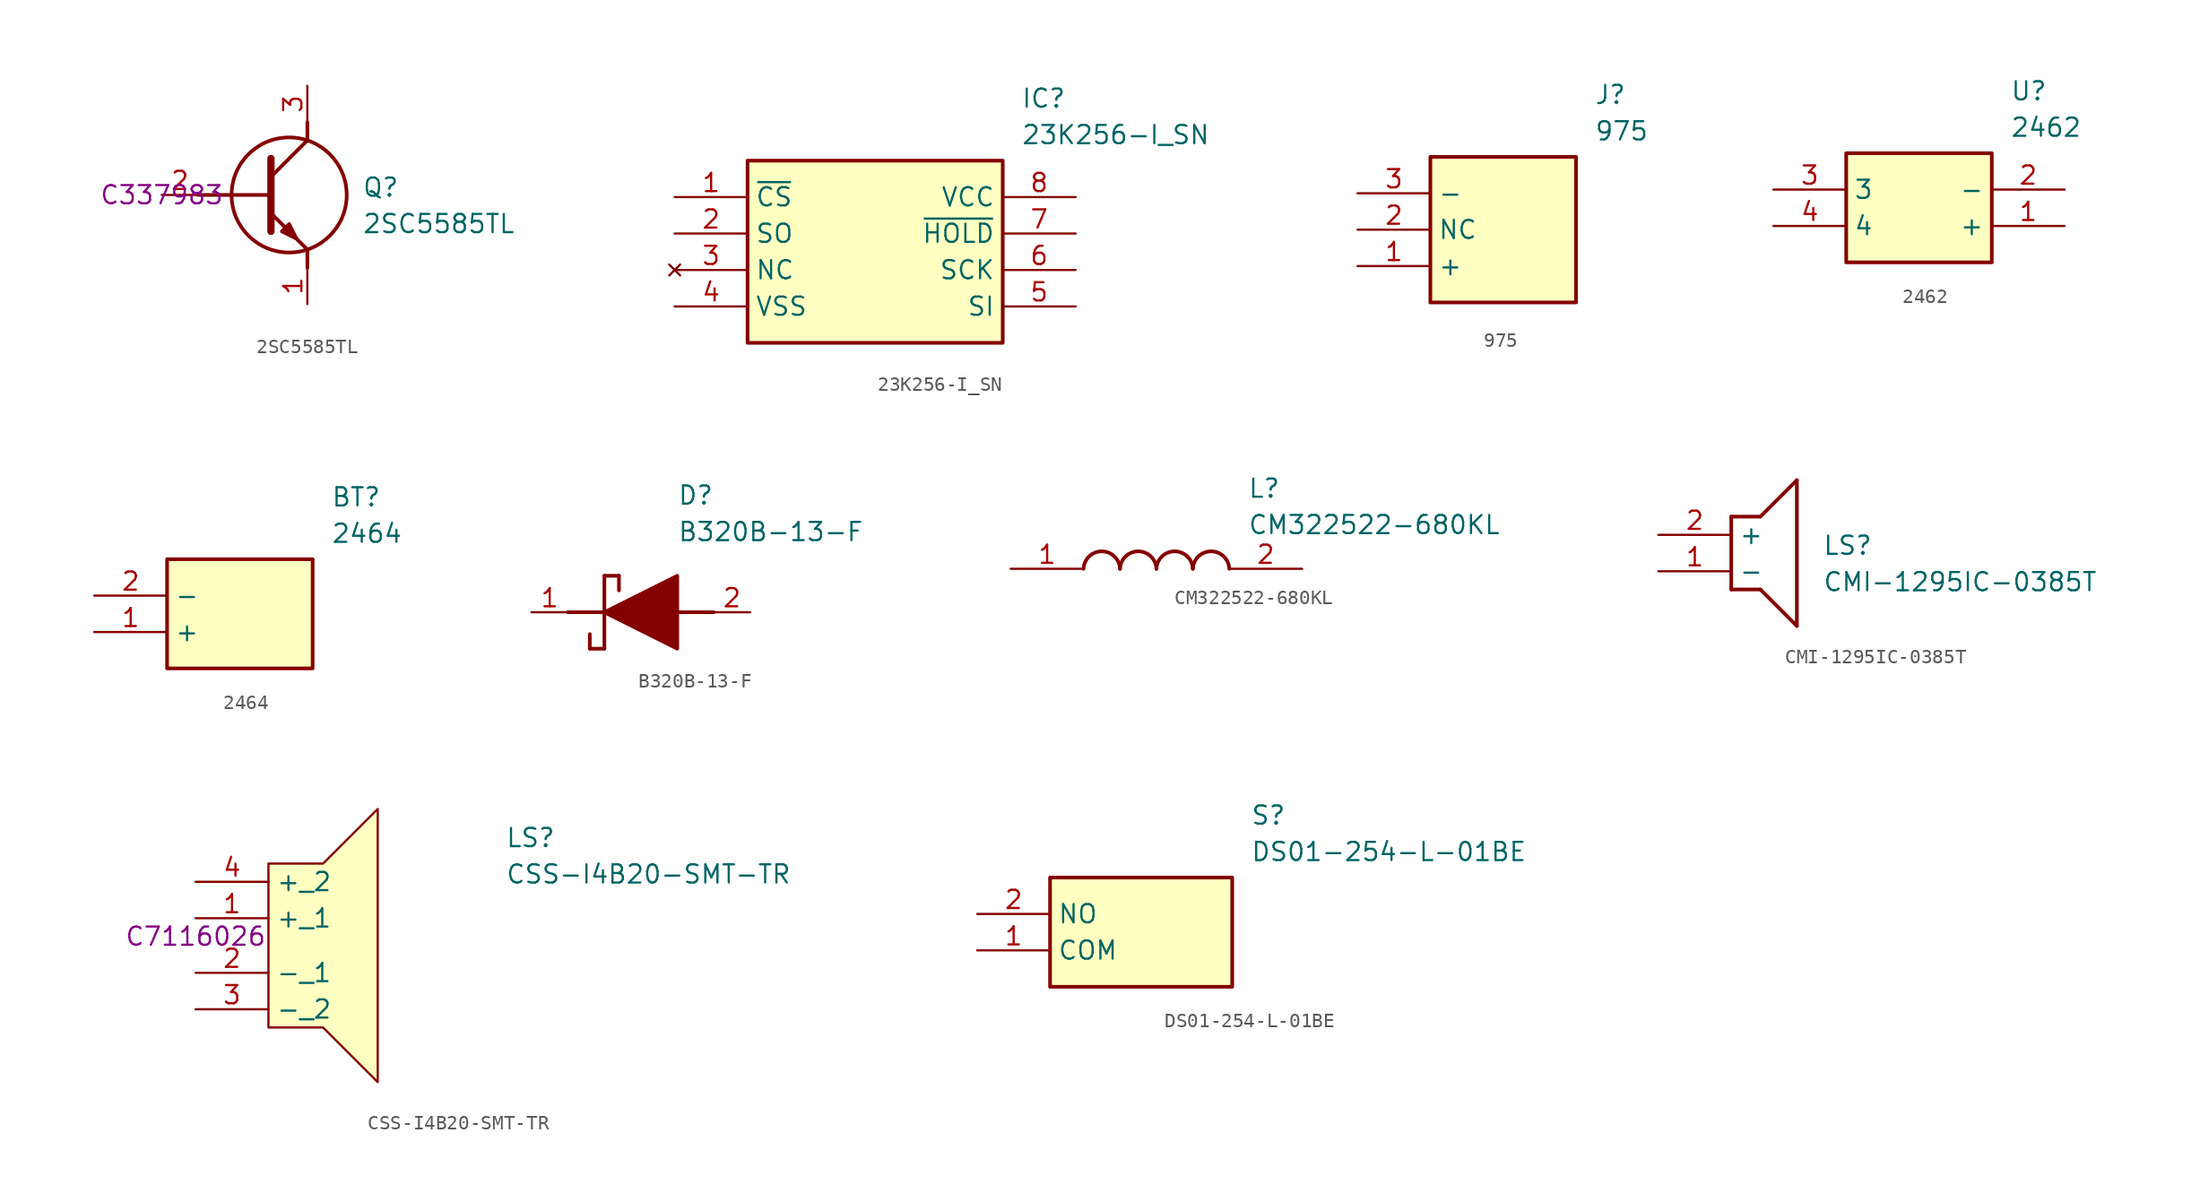
<source format=kicad_sym>
(kicad_symbol_lib
  (version 20231120)
  (generator "kicad_symbol_editor")
  (generator_version "8.0")
  (symbol "2SC5585TL"
    (pin_names hide)
    (property "Reference" "Q"
      (at 13.97 1.27 0)
      (effects (font (size 1.27 1.27)) (justify left top)))
    (property "Value" "2SC5585TL"
      (at 13.97 -1.27 0)
      (effects (font (size 1.27 1.27)) (justify left top)))
    (property "LCSC Part #" "C337983"
      (at 0 0 0)
      (effects (font (size 1.27 1.27))))
    (symbol "2SC5585TL_1_1"
      (polyline (pts (xy 2.54 0) (xy 7.62 0)) (stroke (width 0.254) (type default)) (fill (type none)))
      (polyline (pts (xy 7.62 -1.27) (xy 10.16 -3.81)) (stroke (width 0.254) (type default)) (fill (type none)))
      (polyline (pts (xy 7.62 1.27) (xy 10.16 3.81)) (stroke (width 0.254) (type default)) (fill (type none)))
      (polyline (pts (xy 7.62 2.54) (xy 7.62 -2.54)) (stroke (width 0.508) (type default)) (fill (type none)))
      (polyline (pts (xy 10.16 -3.81) (xy 10.16 -5.08)) (stroke (width 0.254) (type default)) (fill (type none)))
      (polyline (pts (xy 10.16 3.81) (xy 10.16 5.08)) (stroke (width 0.254) (type default)) (fill (type none)))
      (polyline (pts (xy 8.382 -2.54) (xy 8.89 -2.032) (xy 9.398 -3.048) (xy 8.382 -2.54)) (stroke (width 0.254) (type default)) (fill (type outline)))
      (circle (center 8.89 0) (radius 4.016) (stroke (width 0.254) (type default)) (fill (type none)))
      (pin passive line (at 10.16 -7.62 90) (length 2.54) (name "E" (effects (font (size 1.27 1.27)))) (number "1" (effects (font (size 1.27 1.27)))))
      (pin passive line (at 0 0 0) (length 2.54) (name "B" (effects (font (size 1.27 1.27)))) (number "2" (effects (font (size 1.27 1.27)))))
      (pin passive line (at 10.16 7.62 270) (length 2.54) (name "C" (effects (font (size 1.27 1.27)))) (number "3" (effects (font (size 1.27 1.27)))))))
  (symbol "23K256-I_SN"
    (property "Reference" "IC"
      (at 24.13 7.62 0)
      (effects (font (size 1.27 1.27)) (justify left top)))
    (property "Value" "23K256-I_SN"
      (at 24.13 5.08 0)
      (effects (font (size 1.27 1.27)) (justify left top)))
    (symbol "23K256-I_SN_1_1"
      (rectangle (start 5.08 2.54) (end 22.86 -10.16) (stroke (width 0.254) (type default)) (fill (type background)))
      (pin passive line (at 0 0 0) (length 5.08) (name "~{CS}" (effects (font (size 1.27 1.27)))) (number "1" (effects (font (size 1.27 1.27)))))
      (pin passive line (at 0 -2.54 0) (length 5.08) (name "SO" (effects (font (size 1.27 1.27)))) (number "2" (effects (font (size 1.27 1.27)))))
      (pin no_connect line (at 0 -5.08 0) (length 5.08) (name "NC" (effects (font (size 1.27 1.27)))) (number "3" (effects (font (size 1.27 1.27)))))
      (pin passive line (at 0 -7.62 0) (length 5.08) (name "VSS" (effects (font (size 1.27 1.27)))) (number "4" (effects (font (size 1.27 1.27)))))
      (pin passive line (at 27.94 -7.62 180) (length 5.08) (name "SI" (effects (font (size 1.27 1.27)))) (number "5" (effects (font (size 1.27 1.27)))))
      (pin passive line (at 27.94 -5.08 180) (length 5.08) (name "SCK" (effects (font (size 1.27 1.27)))) (number "6" (effects (font (size 1.27 1.27)))))
      (pin passive line (at 27.94 -2.54 180) (length 5.08) (name "~{HOLD}" (effects (font (size 1.27 1.27)))) (number "7" (effects (font (size 1.27 1.27)))))
      (pin passive line (at 27.94 0 180) (length 5.08) (name "VCC" (effects (font (size 1.27 1.27)))) (number "8" (effects (font (size 1.27 1.27)))))))
  (symbol "975"
    (property "Reference" "J"
      (at 16.51 7.62 0)
      (effects (font (size 1.27 1.27)) (justify left top)))
    (property "Value" "975"
      (at 16.51 5.08 0)
      (effects (font (size 1.27 1.27)) (justify left top)))
    (symbol "975_1_1"
      (rectangle (start 5.08 2.54) (end 15.24 -7.62) (stroke (width 0.254) (type default)) (fill (type background)))
      (pin passive line (at 0 -5.08 0) (length 5.08) (name "+" (effects (font (size 1.27 1.27)))) (number "1" (effects (font (size 1.27 1.27)))))
      (pin passive line (at 0 -2.54 0) (length 5.08) (name "NC" (effects (font (size 1.27 1.27)))) (number "2" (effects (font (size 1.27 1.27)))))
      (pin passive line (at 0 0 0) (length 5.08) (name "-" (effects (font (size 1.27 1.27)))) (number "3" (effects (font (size 1.27 1.27)))))))
  (symbol "2462"
    (property "Reference" "U"
      (at 16.51 7.62 0)
      (effects (font (size 1.27 1.27)) (justify left top)))
    (property "Value" "2462"
      (at 16.51 5.08 0)
      (effects (font (size 1.27 1.27)) (justify left top)))
    (symbol "2462_1_1"
      (rectangle (start 5.08 2.54) (end 15.24 -5.08) (stroke (width 0.254) (type default)) (fill (type background)))
      (pin passive line (at 20.32 -2.54 180) (length 5.08) (name "+" (effects (font (size 1.27 1.27)))) (number "1" (effects (font (size 1.27 1.27)))))
      (pin passive line (at 20.32 0 180) (length 5.08) (name "-" (effects (font (size 1.27 1.27)))) (number "2" (effects (font (size 1.27 1.27)))))
      (pin passive line (at 0 0 0) (length 5.08) (name "3" (effects (font (size 1.27 1.27)))) (number "3" (effects (font (size 1.27 1.27)))))
      (pin passive line (at 0 -2.54 0) (length 5.08) (name "4" (effects (font (size 1.27 1.27)))) (number "4" (effects (font (size 1.27 1.27)))))))
  (symbol "2464"
    (property "Reference" "BT"
      (at 16.51 7.62 0)
      (effects (font (size 1.27 1.27)) (justify left top)))
    (property "Value" "2464"
      (at 16.51 5.08 0)
      (effects (font (size 1.27 1.27)) (justify left top)))
    (symbol "2464_1_1"
      (rectangle (start 5.08 2.54) (end 15.24 -5.08) (stroke (width 0.254) (type default)) (fill (type background)))
      (pin passive line (at 0 -2.54 0) (length 5.08) (name "+" (effects (font (size 1.27 1.27)))) (number "1" (effects (font (size 1.27 1.27)))))
      (pin passive line (at 0 0 0) (length 5.08) (name "-" (effects (font (size 1.27 1.27)))) (number "2" (effects (font (size 1.27 1.27)))))))
  (symbol "B320B-13-F"
    (pin_names hide)
    (property "Reference" "D"
      (at 12.7 8.89 0)
      (effects (font (size 1.27 1.27)) (justify left top)))
    (property "Value" "B320B-13-F"
      (at 12.7 6.35 0)
      (effects (font (size 1.27 1.27)) (justify left top)))
    (symbol "B320B-13-F_1_1"
      (polyline (pts (xy 5.08 0) (xy 7.62 0)) (stroke (width 0.254) (type default)) (fill (type none)))
      (polyline (pts (xy 6.604 -1.524) (xy 6.604 -2.54)) (stroke (width 0.254) (type default)) (fill (type none)))
      (polyline (pts (xy 7.62 -2.54) (xy 6.604 -2.54)) (stroke (width 0.254) (type default)) (fill (type none)))
      (polyline (pts (xy 7.62 2.54) (xy 7.62 -2.54)) (stroke (width 0.254) (type default)) (fill (type none)))
      (polyline (pts (xy 7.62 2.54) (xy 8.636 2.54)) (stroke (width 0.254) (type default)) (fill (type none)))
      (polyline (pts (xy 8.636 1.524) (xy 8.636 2.54)) (stroke (width 0.254) (type default)) (fill (type none)))
      (polyline (pts (xy 12.7 0) (xy 15.24 0)) (stroke (width 0.254) (type default)) (fill (type none)))
      (polyline (pts (xy 7.62 0) (xy 12.7 2.54) (xy 12.7 -2.54) (xy 7.62 0)) (stroke (width 0.254) (type default)) (fill (type outline)))
      (pin passive line (at 2.54 0 0) (length 2.54) (name "K" (effects (font (size 1.27 1.27)))) (number "1" (effects (font (size 1.27 1.27)))))
      (pin passive line (at 17.78 0 180) (length 2.54) (name "A" (effects (font (size 1.27 1.27)))) (number "2" (effects (font (size 1.27 1.27)))))))
  (symbol "CM322522-680KL"
    (pin_names hide)
    (property "Reference" "L"
      (at 16.51 6.35 0)
      (effects (font (size 1.27 1.27)) (justify left top)))
    (property "Value" "CM322522-680KL"
      (at 16.51 3.81 0)
      (effects (font (size 1.27 1.27)) (justify left top)))
    (symbol "CM322522-680KL_1_1"
      (arc (start 7.62 0) (mid 6.35 1.219) (end 5.08 0) (stroke (width 0.254) (type default)) (fill (type none)))
      (arc (start 10.16 0) (mid 8.89 1.219) (end 7.62 0) (stroke (width 0.254) (type default)) (fill (type none)))
      (arc (start 12.7 0) (mid 11.43 1.219) (end 10.16 0) (stroke (width 0.254) (type default)) (fill (type none)))
      (arc (start 15.24 0) (mid 13.97 1.219) (end 12.7 0) (stroke (width 0.254) (type default)) (fill (type none)))
      (pin passive line (at 0 0 0) (length 5.08) (name "1" (effects (font (size 1.27 1.27)))) (number "1" (effects (font (size 1.27 1.27)))))
      (pin passive line (at 20.32 0 180) (length 5.08) (name "2" (effects (font (size 1.27 1.27)))) (number "2" (effects (font (size 1.27 1.27)))))))
  (symbol "CMI-1295IC-0385T"
    (property "Reference" "LS"
      (at 11.43 0 0)
      (effects (font (size 1.27 1.27)) (justify left top)))
    (property "Value" "CMI-1295IC-0385T"
      (at 11.43 -2.54 0)
      (effects (font (size 1.27 1.27)) (justify left top)))
    (symbol "CMI-1295IC-0385T_1_1"
      (polyline (pts (xy 5.08 1.27) (xy 5.08 -3.81)) (stroke (width 0.254) (type default)) (fill (type none)))
      (polyline (pts (xy 5.08 1.27) (xy 7.112 1.27)) (stroke (width 0.254) (type default)) (fill (type none)))
      (polyline (pts (xy 7.112 -3.81) (xy 5.08 -3.81)) (stroke (width 0.254) (type default)) (fill (type none)))
      (polyline (pts (xy 7.112 -3.81) (xy 9.652 -6.35)) (stroke (width 0.254) (type default)) (fill (type none)))
      (polyline (pts (xy 9.652 3.81) (xy 7.112 1.27)) (stroke (width 0.254) (type default)) (fill (type none)))
      (polyline (pts (xy 9.652 3.81) (xy 9.652 -6.35)) (stroke (width 0.254) (type default)) (fill (type none)))
      (pin passive line (at 0 -2.54 0) (length 5.08) (name "-" (effects (font (size 1.27 1.27)))) (number "1" (effects (font (size 1.27 1.27)))))
      (pin passive line (at 0 0 0) (length 5.08) (name "+" (effects (font (size 1.27 1.27)))) (number "2" (effects (font (size 1.27 1.27)))))))
  (symbol "CSS-I4B20-SMT-TR"
    (property "Reference" "LS"
      (at 21.59 7.62 0)
      (effects (font (size 1.27 1.27)) (justify left top)))
    (property "Value" "CSS-I4B20-SMT-TR"
      (at 21.59 5.08 0)
      (effects (font (size 1.27 1.27)) (justify left top)))
    (property "LCSC Part #" "C7116026"
      (at 0 0 0)
      (effects (font (size 1.27 1.27))))
    (symbol "CSS-I4B20-SMT-TR_1_1"
      (polyline (pts (xy 5.08 5.08) (xy 5.08 -6.35) (xy 8.89 -6.35) (xy 12.7 -10.16) (xy 12.7 8.89) (xy 8.89 5.08) (xy 5.08 5.08)) (stroke (width 0) (type default)) (fill (type background)))
      (pin passive line (at 0 1.27 0) (length 5.08) (name "+_1" (effects (font (size 1.27 1.27)))) (number "1" (effects (font (size 1.27 1.27)))))
      (pin passive line (at 0 -2.54 0) (length 5.08) (name "-_1" (effects (font (size 1.27 1.27)))) (number "2" (effects (font (size 1.27 1.27)))))
      (pin passive line (at 0 -5.08 0) (length 5.08) (name "-_2" (effects (font (size 1.27 1.27)))) (number "3" (effects (font (size 1.27 1.27)))))
      (pin passive line (at 0 3.81 0) (length 5.08) (name "+_2" (effects (font (size 1.27 1.27)))) (number "4" (effects (font (size 1.27 1.27)))))))
  (symbol "DS01-254-L-01BE"
    (property "Reference" "S"
      (at 19.05 7.62 0)
      (effects (font (size 1.27 1.27)) (justify left top)))
    (property "Value" "DS01-254-L-01BE"
      (at 19.05 5.08 0)
      (effects (font (size 1.27 1.27)) (justify left top)))
    (symbol "DS01-254-L-01BE_1_1"
      (rectangle (start 5.08 2.54) (end 17.78 -5.08) (stroke (width 0.254) (type default)) (fill (type background)))
      (pin passive line (at 0 -2.54 0) (length 5.08) (name "COM" (effects (font (size 1.27 1.27)))) (number "1" (effects (font (size 1.27 1.27)))))
      (pin passive line (at 0 0 0) (length 5.08) (name "NO" (effects (font (size 1.27 1.27)))) (number "2" (effects (font (size 1.27 1.27))))))))
</source>
